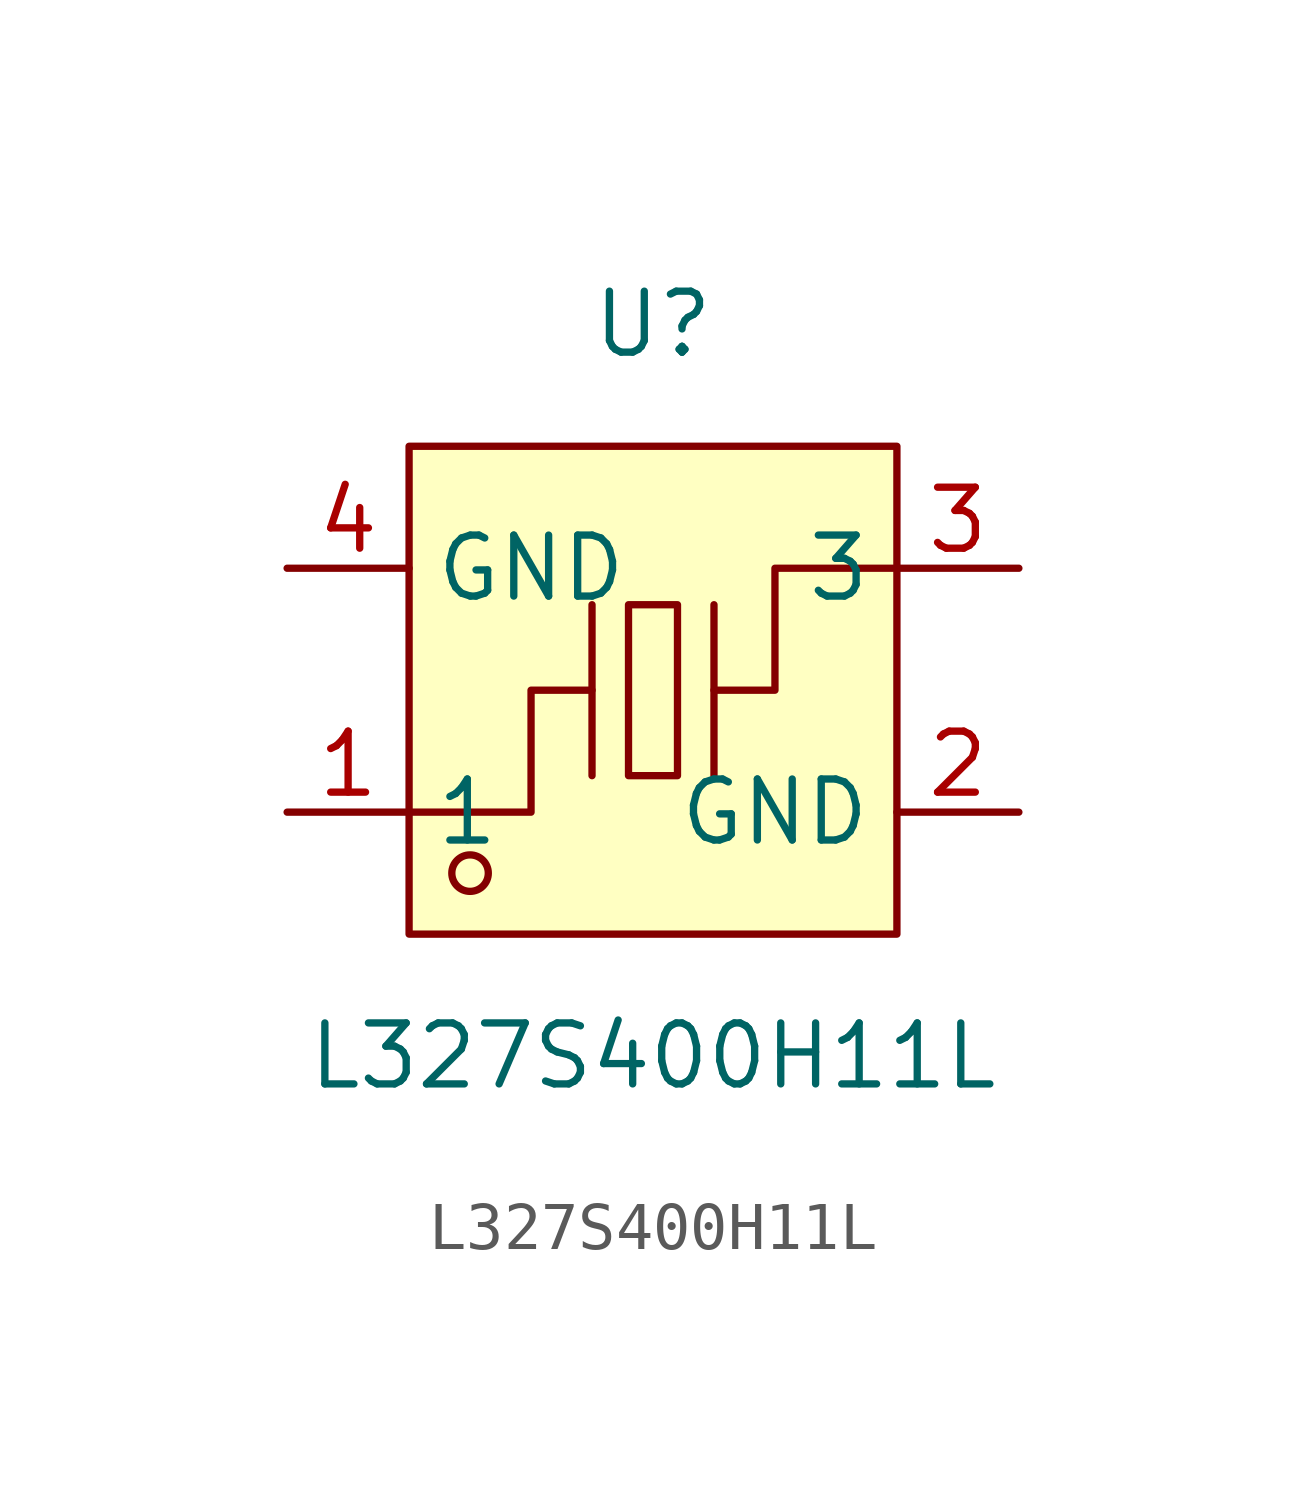
<source format=kicad_sym>
(kicad_symbol_lib
  (version 20241209)
  (generator "kicad_symbol_editor")
  (generator_version "9.0")
  (symbol "L327S400H11L"
    (property "Reference" "U"
      (at 0 7.62 0)
      (effects (font (size 1.27 1.27))))
    (property "Value" "L327S400H11L"
      (at 0 -7.62 0)
      (effects (font (size 1.27 1.27))))
    (symbol "L327S400H11L_0_1"
      (rectangle (start -5.08 5.08) (end 5.08 -5.08) (stroke (width 0) (type default)) (fill (type background)))
      (polyline (pts (xy -5.08 -2.54) (xy -2.54 -2.54) (xy -2.54 0) (xy -1.27 0)) (stroke (width 0) (type default)) (fill (type none)))
      (circle (center -3.81 -3.81) (radius 0.38) (stroke (width 0) (type default)) (fill (type none)))
      (polyline (pts (xy -1.27 -1.78) (xy -1.27 1.78)) (stroke (width 0) (type default)) (fill (type none)))
      (rectangle (start -0.51 1.78) (end 0.51 -1.78) (stroke (width 0) (type default)) (fill (type background)))
      (polyline (pts (xy 1.27 -1.78) (xy 1.27 1.78)) (stroke (width 0) (type default)) (fill (type none)))
      (polyline (pts (xy 5.08 2.54) (xy 2.54 2.54) (xy 2.54 0) (xy 1.27 0)) (stroke (width 0) (type default)) (fill (type none)))
      (pin input line (at -7.62 2.54 0) (length 2.54) (name "GND" (effects (font (size 1.27 1.27)))) (number "4" (effects (font (size 1.27 1.27)))))
      (pin input line (at -7.62 -2.54 0) (length 2.54) (name "1" (effects (font (size 1.27 1.27)))) (number "1" (effects (font (size 1.27 1.27)))))
      (pin input line (at 7.62 2.54 180) (length 2.54) (name "3" (effects (font (size 1.27 1.27)))) (number "3" (effects (font (size 1.27 1.27)))))
      (pin input line (at 7.62 -2.54 180) (length 2.54) (name "GND" (effects (font (size 1.27 1.27)))) (number "2" (effects (font (size 1.27 1.27))))))))
</source>
